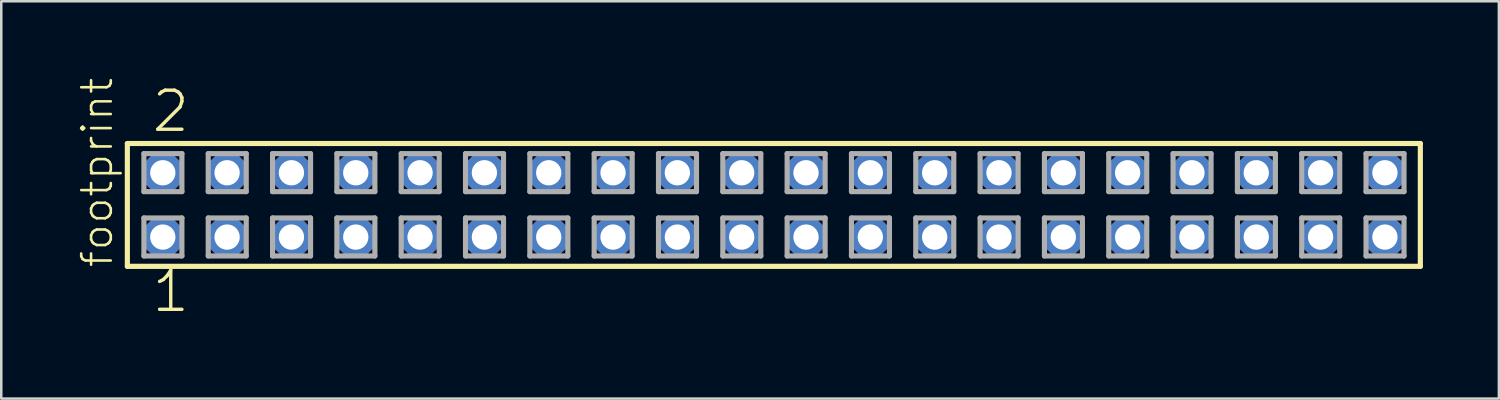
<source format=kicad_pcb>
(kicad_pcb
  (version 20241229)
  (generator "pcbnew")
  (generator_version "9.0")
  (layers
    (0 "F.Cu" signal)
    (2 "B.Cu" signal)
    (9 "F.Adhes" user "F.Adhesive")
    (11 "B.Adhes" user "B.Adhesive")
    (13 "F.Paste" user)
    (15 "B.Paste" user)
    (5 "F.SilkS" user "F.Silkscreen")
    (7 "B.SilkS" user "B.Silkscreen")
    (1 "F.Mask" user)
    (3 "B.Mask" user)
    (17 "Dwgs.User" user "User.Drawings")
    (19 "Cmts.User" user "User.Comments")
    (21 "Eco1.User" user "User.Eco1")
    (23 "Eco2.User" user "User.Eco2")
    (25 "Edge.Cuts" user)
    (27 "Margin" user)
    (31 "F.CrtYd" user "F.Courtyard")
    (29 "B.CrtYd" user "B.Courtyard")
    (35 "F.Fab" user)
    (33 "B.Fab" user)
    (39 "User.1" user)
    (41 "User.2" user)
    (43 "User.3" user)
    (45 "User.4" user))
  (footprint "footprint"
    (layer "F.Cu")
    (at 27.508 5.042)
    (property "Reference" "footprint" (at -26.035 2.54 90) (layer "F.SilkS") (effects (font (size 1.168 1.168) (thickness 0.102)) (justify left bottom)))
    (fp_line (start -25.529 -2.425) (end 25.529 -2.425) (stroke (width 0.203) (type solid)) (layer "F.SilkS"))
    (fp_line (start -25.529 2.425) (end -25.529 -2.425) (stroke (width 0.203) (type solid)) (layer "F.SilkS"))
    (fp_line (start 25.529 -2.425) (end 25.529 2.425) (stroke (width 0.203) (type solid)) (layer "F.SilkS"))
    (fp_line (start 25.529 2.425) (end -25.529 2.425) (stroke (width 0.203) (type solid)) (layer "F.SilkS"))
    (fp_line (start -24.875 -2.025) (end -23.375 -2.025) (stroke (width 0.203) (type solid)) (layer "F.Fab"))
    (fp_line (start -24.875 -0.525) (end -24.875 -2.025) (stroke (width 0.203) (type solid)) (layer "F.Fab"))
    (fp_line (start -24.875 0.515) (end -23.375 0.515) (stroke (width 0.203) (type solid)) (layer "F.Fab"))
    (fp_line (start -24.875 2.015) (end -24.875 0.515) (stroke (width 0.203) (type solid)) (layer "F.Fab"))
    (fp_line (start -23.375 -2.025) (end -23.375 -0.525) (stroke (width 0.203) (type solid)) (layer "F.Fab"))
    (fp_line (start -23.375 -0.525) (end -24.875 -0.525) (stroke (width 0.203) (type solid)) (layer "F.Fab"))
    (fp_line (start -23.375 0.515) (end -23.375 2.015) (stroke (width 0.203) (type solid)) (layer "F.Fab"))
    (fp_line (start -23.375 2.015) (end -24.875 2.015) (stroke (width 0.203) (type solid)) (layer "F.Fab"))
    (fp_line (start -22.335 -2.025) (end -20.835 -2.025) (stroke (width 0.203) (type solid)) (layer "F.Fab"))
    (fp_line (start -22.335 -0.525) (end -22.335 -2.025) (stroke (width 0.203) (type solid)) (layer "F.Fab"))
    (fp_line (start -22.335 0.515) (end -20.835 0.515) (stroke (width 0.203) (type solid)) (layer "F.Fab"))
    (fp_line (start -22.335 2.015) (end -22.335 0.515) (stroke (width 0.203) (type solid)) (layer "F.Fab"))
    (fp_line (start -20.835 -2.025) (end -20.835 -0.525) (stroke (width 0.203) (type solid)) (layer "F.Fab"))
    (fp_line (start -20.835 -0.525) (end -22.335 -0.525) (stroke (width 0.203) (type solid)) (layer "F.Fab"))
    (fp_line (start -20.835 0.515) (end -20.835 2.015) (stroke (width 0.203) (type solid)) (layer "F.Fab"))
    (fp_line (start -20.835 2.015) (end -22.335 2.015) (stroke (width 0.203) (type solid)) (layer "F.Fab"))
    (fp_line (start -19.795 -2.025) (end -18.295 -2.025) (stroke (width 0.203) (type solid)) (layer "F.Fab"))
    (fp_line (start -19.795 -0.525) (end -19.795 -2.025) (stroke (width 0.203) (type solid)) (layer "F.Fab"))
    (fp_line (start -19.795 0.515) (end -18.295 0.515) (stroke (width 0.203) (type solid)) (layer "F.Fab"))
    (fp_line (start -19.795 2.015) (end -19.795 0.515) (stroke (width 0.203) (type solid)) (layer "F.Fab"))
    (fp_line (start -18.295 -2.025) (end -18.295 -0.525) (stroke (width 0.203) (type solid)) (layer "F.Fab"))
    (fp_line (start -18.295 -0.525) (end -19.795 -0.525) (stroke (width 0.203) (type solid)) (layer "F.Fab"))
    (fp_line (start -18.295 0.515) (end -18.295 2.015) (stroke (width 0.203) (type solid)) (layer "F.Fab"))
    (fp_line (start -18.295 2.015) (end -19.795 2.015) (stroke (width 0.203) (type solid)) (layer "F.Fab"))
    (fp_line (start -17.255 -2.025) (end -15.755 -2.025) (stroke (width 0.203) (type solid)) (layer "F.Fab"))
    (fp_line (start -17.255 -0.525) (end -17.255 -2.025) (stroke (width 0.203) (type solid)) (layer "F.Fab"))
    (fp_line (start -17.255 0.515) (end -15.755 0.515) (stroke (width 0.203) (type solid)) (layer "F.Fab"))
    (fp_line (start -17.255 2.015) (end -17.255 0.515) (stroke (width 0.203) (type solid)) (layer "F.Fab"))
    (fp_line (start -15.755 -2.025) (end -15.755 -0.525) (stroke (width 0.203) (type solid)) (layer "F.Fab"))
    (fp_line (start -15.755 -0.525) (end -17.255 -0.525) (stroke (width 0.203) (type solid)) (layer "F.Fab"))
    (fp_line (start -15.755 0.515) (end -15.755 2.015) (stroke (width 0.203) (type solid)) (layer "F.Fab"))
    (fp_line (start -15.755 2.015) (end -17.255 2.015) (stroke (width 0.203) (type solid)) (layer "F.Fab"))
    (fp_line (start -14.715 -2.025) (end -13.215 -2.025) (stroke (width 0.203) (type solid)) (layer "F.Fab"))
    (fp_line (start -14.715 -0.525) (end -14.715 -2.025) (stroke (width 0.203) (type solid)) (layer "F.Fab"))
    (fp_line (start -14.715 0.515) (end -13.215 0.515) (stroke (width 0.203) (type solid)) (layer "F.Fab"))
    (fp_line (start -14.715 2.015) (end -14.715 0.515) (stroke (width 0.203) (type solid)) (layer "F.Fab"))
    (fp_line (start -13.215 -2.025) (end -13.215 -0.525) (stroke (width 0.203) (type solid)) (layer "F.Fab"))
    (fp_line (start -13.215 -0.525) (end -14.715 -0.525) (stroke (width 0.203) (type solid)) (layer "F.Fab"))
    (fp_line (start -13.215 0.515) (end -13.215 2.015) (stroke (width 0.203) (type solid)) (layer "F.Fab"))
    (fp_line (start -13.215 2.015) (end -14.715 2.015) (stroke (width 0.203) (type solid)) (layer "F.Fab"))
    (fp_line (start -12.175 -2.025) (end -10.675 -2.025) (stroke (width 0.203) (type solid)) (layer "F.Fab"))
    (fp_line (start -12.175 -0.525) (end -12.175 -2.025) (stroke (width 0.203) (type solid)) (layer "F.Fab"))
    (fp_line (start -12.175 0.515) (end -10.675 0.515) (stroke (width 0.203) (type solid)) (layer "F.Fab"))
    (fp_line (start -12.175 2.015) (end -12.175 0.515) (stroke (width 0.203) (type solid)) (layer "F.Fab"))
    (fp_line (start -10.675 -2.025) (end -10.675 -0.525) (stroke (width 0.203) (type solid)) (layer "F.Fab"))
    (fp_line (start -10.675 -0.525) (end -12.175 -0.525) (stroke (width 0.203) (type solid)) (layer "F.Fab"))
    (fp_line (start -10.675 0.515) (end -10.675 2.015) (stroke (width 0.203) (type solid)) (layer "F.Fab"))
    (fp_line (start -10.675 2.015) (end -12.175 2.015) (stroke (width 0.203) (type solid)) (layer "F.Fab"))
    (fp_line (start -9.635 -2.025) (end -8.135 -2.025) (stroke (width 0.203) (type solid)) (layer "F.Fab"))
    (fp_line (start -9.635 -0.525) (end -9.635 -2.025) (stroke (width 0.203) (type solid)) (layer "F.Fab"))
    (fp_line (start -9.635 0.515) (end -8.135 0.515) (stroke (width 0.203) (type solid)) (layer "F.Fab"))
    (fp_line (start -9.635 2.015) (end -9.635 0.515) (stroke (width 0.203) (type solid)) (layer "F.Fab"))
    (fp_line (start -8.135 -2.025) (end -8.135 -0.525) (stroke (width 0.203) (type solid)) (layer "F.Fab"))
    (fp_line (start -8.135 -0.525) (end -9.635 -0.525) (stroke (width 0.203) (type solid)) (layer "F.Fab"))
    (fp_line (start -8.135 0.515) (end -8.135 2.015) (stroke (width 0.203) (type solid)) (layer "F.Fab"))
    (fp_line (start -8.135 2.015) (end -9.635 2.015) (stroke (width 0.203) (type solid)) (layer "F.Fab"))
    (fp_line (start -7.095 -2.025) (end -5.595 -2.025) (stroke (width 0.203) (type solid)) (layer "F.Fab"))
    (fp_line (start -7.095 -0.525) (end -7.095 -2.025) (stroke (width 0.203) (type solid)) (layer "F.Fab"))
    (fp_line (start -7.095 0.515) (end -5.595 0.515) (stroke (width 0.203) (type solid)) (layer "F.Fab"))
    (fp_line (start -7.095 2.015) (end -7.095 0.515) (stroke (width 0.203) (type solid)) (layer "F.Fab"))
    (fp_line (start -5.595 -2.025) (end -5.595 -0.525) (stroke (width 0.203) (type solid)) (layer "F.Fab"))
    (fp_line (start -5.595 -0.525) (end -7.095 -0.525) (stroke (width 0.203) (type solid)) (layer "F.Fab"))
    (fp_line (start -5.595 0.515) (end -5.595 2.015) (stroke (width 0.203) (type solid)) (layer "F.Fab"))
    (fp_line (start -5.595 2.015) (end -7.095 2.015) (stroke (width 0.203) (type solid)) (layer "F.Fab"))
    (fp_line (start -4.555 -2.025) (end -3.055 -2.025) (stroke (width 0.203) (type solid)) (layer "F.Fab"))
    (fp_line (start -4.555 -0.525) (end -4.555 -2.025) (stroke (width 0.203) (type solid)) (layer "F.Fab"))
    (fp_line (start -4.555 0.515) (end -3.055 0.515) (stroke (width 0.203) (type solid)) (layer "F.Fab"))
    (fp_line (start -4.555 2.015) (end -4.555 0.515) (stroke (width 0.203) (type solid)) (layer "F.Fab"))
    (fp_line (start -3.055 -2.025) (end -3.055 -0.525) (stroke (width 0.203) (type solid)) (layer "F.Fab"))
    (fp_line (start -3.055 -0.525) (end -4.555 -0.525) (stroke (width 0.203) (type solid)) (layer "F.Fab"))
    (fp_line (start -3.055 0.515) (end -3.055 2.015) (stroke (width 0.203) (type solid)) (layer "F.Fab"))
    (fp_line (start -3.055 2.015) (end -4.555 2.015) (stroke (width 0.203) (type solid)) (layer "F.Fab"))
    (fp_line (start -2.015 -2.025) (end -0.515 -2.025) (stroke (width 0.203) (type solid)) (layer "F.Fab"))
    (fp_line (start -2.015 -0.525) (end -2.015 -2.025) (stroke (width 0.203) (type solid)) (layer "F.Fab"))
    (fp_line (start -2.015 0.515) (end -0.515 0.515) (stroke (width 0.203) (type solid)) (layer "F.Fab"))
    (fp_line (start -2.015 2.015) (end -2.015 0.515) (stroke (width 0.203) (type solid)) (layer "F.Fab"))
    (fp_line (start -0.515 -2.025) (end -0.515 -0.525) (stroke (width 0.203) (type solid)) (layer "F.Fab"))
    (fp_line (start -0.515 -0.525) (end -2.015 -0.525) (stroke (width 0.203) (type solid)) (layer "F.Fab"))
    (fp_line (start -0.515 0.515) (end -0.515 2.015) (stroke (width 0.203) (type solid)) (layer "F.Fab"))
    (fp_line (start -0.515 2.015) (end -2.015 2.015) (stroke (width 0.203) (type solid)) (layer "F.Fab"))
    (fp_line (start 0.525 -2.025) (end 2.025 -2.025) (stroke (width 0.203) (type solid)) (layer "F.Fab"))
    (fp_line (start 0.525 -0.525) (end 0.525 -2.025) (stroke (width 0.203) (type solid)) (layer "F.Fab"))
    (fp_line (start 0.525 0.515) (end 2.025 0.515) (stroke (width 0.203) (type solid)) (layer "F.Fab"))
    (fp_line (start 0.525 2.015) (end 0.525 0.515) (stroke (width 0.203) (type solid)) (layer "F.Fab"))
    (fp_line (start 2.025 -2.025) (end 2.025 -0.525) (stroke (width 0.203) (type solid)) (layer "F.Fab"))
    (fp_line (start 2.025 -0.525) (end 0.525 -0.525) (stroke (width 0.203) (type solid)) (layer "F.Fab"))
    (fp_line (start 2.025 0.515) (end 2.025 2.015) (stroke (width 0.203) (type solid)) (layer "F.Fab"))
    (fp_line (start 2.025 2.015) (end 0.525 2.015) (stroke (width 0.203) (type solid)) (layer "F.Fab"))
    (fp_line (start 3.065 -2.025) (end 4.565 -2.025) (stroke (width 0.203) (type solid)) (layer "F.Fab"))
    (fp_line (start 3.065 -0.525) (end 3.065 -2.025) (stroke (width 0.203) (type solid)) (layer "F.Fab"))
    (fp_line (start 3.065 0.515) (end 4.565 0.515) (stroke (width 0.203) (type solid)) (layer "F.Fab"))
    (fp_line (start 3.065 2.015) (end 3.065 0.515) (stroke (width 0.203) (type solid)) (layer "F.Fab"))
    (fp_line (start 4.565 -2.025) (end 4.565 -0.525) (stroke (width 0.203) (type solid)) (layer "F.Fab"))
    (fp_line (start 4.565 -0.525) (end 3.065 -0.525) (stroke (width 0.203) (type solid)) (layer "F.Fab"))
    (fp_line (start 4.565 0.515) (end 4.565 2.015) (stroke (width 0.203) (type solid)) (layer "F.Fab"))
    (fp_line (start 4.565 2.015) (end 3.065 2.015) (stroke (width 0.203) (type solid)) (layer "F.Fab"))
    (fp_line (start 5.605 -2.025) (end 7.105 -2.025) (stroke (width 0.203) (type solid)) (layer "F.Fab"))
    (fp_line (start 5.605 -0.525) (end 5.605 -2.025) (stroke (width 0.203) (type solid)) (layer "F.Fab"))
    (fp_line (start 5.605 0.515) (end 7.105 0.515) (stroke (width 0.203) (type solid)) (layer "F.Fab"))
    (fp_line (start 5.605 2.015) (end 5.605 0.515) (stroke (width 0.203) (type solid)) (layer "F.Fab"))
    (fp_line (start 7.105 -2.025) (end 7.105 -0.525) (stroke (width 0.203) (type solid)) (layer "F.Fab"))
    (fp_line (start 7.105 -0.525) (end 5.605 -0.525) (stroke (width 0.203) (type solid)) (layer "F.Fab"))
    (fp_line (start 7.105 0.515) (end 7.105 2.015) (stroke (width 0.203) (type solid)) (layer "F.Fab"))
    (fp_line (start 7.105 2.015) (end 5.605 2.015) (stroke (width 0.203) (type solid)) (layer "F.Fab"))
    (fp_line (start 8.145 -2.025) (end 9.645 -2.025) (stroke (width 0.203) (type solid)) (layer "F.Fab"))
    (fp_line (start 8.145 -0.525) (end 8.145 -2.025) (stroke (width 0.203) (type solid)) (layer "F.Fab"))
    (fp_line (start 8.145 0.515) (end 9.645 0.515) (stroke (width 0.203) (type solid)) (layer "F.Fab"))
    (fp_line (start 8.145 2.015) (end 8.145 0.515) (stroke (width 0.203) (type solid)) (layer "F.Fab"))
    (fp_line (start 9.645 -2.025) (end 9.645 -0.525) (stroke (width 0.203) (type solid)) (layer "F.Fab"))
    (fp_line (start 9.645 -0.525) (end 8.145 -0.525) (stroke (width 0.203) (type solid)) (layer "F.Fab"))
    (fp_line (start 9.645 0.515) (end 9.645 2.015) (stroke (width 0.203) (type solid)) (layer "F.Fab"))
    (fp_line (start 9.645 2.015) (end 8.145 2.015) (stroke (width 0.203) (type solid)) (layer "F.Fab"))
    (fp_line (start 10.685 -2.025) (end 12.185 -2.025) (stroke (width 0.203) (type solid)) (layer "F.Fab"))
    (fp_line (start 10.685 -0.525) (end 10.685 -2.025) (stroke (width 0.203) (type solid)) (layer "F.Fab"))
    (fp_line (start 10.685 0.515) (end 12.185 0.515) (stroke (width 0.203) (type solid)) (layer "F.Fab"))
    (fp_line (start 10.685 2.015) (end 10.685 0.515) (stroke (width 0.203) (type solid)) (layer "F.Fab"))
    (fp_line (start 12.185 -2.025) (end 12.185 -0.525) (stroke (width 0.203) (type solid)) (layer "F.Fab"))
    (fp_line (start 12.185 -0.525) (end 10.685 -0.525) (stroke (width 0.203) (type solid)) (layer "F.Fab"))
    (fp_line (start 12.185 0.515) (end 12.185 2.015) (stroke (width 0.203) (type solid)) (layer "F.Fab"))
    (fp_line (start 12.185 2.015) (end 10.685 2.015) (stroke (width 0.203) (type solid)) (layer "F.Fab"))
    (fp_line (start 13.225 -2.025) (end 14.725 -2.025) (stroke (width 0.203) (type solid)) (layer "F.Fab"))
    (fp_line (start 13.225 -0.525) (end 13.225 -2.025) (stroke (width 0.203) (type solid)) (layer "F.Fab"))
    (fp_line (start 13.225 0.515) (end 14.725 0.515) (stroke (width 0.203) (type solid)) (layer "F.Fab"))
    (fp_line (start 13.225 2.015) (end 13.225 0.515) (stroke (width 0.203) (type solid)) (layer "F.Fab"))
    (fp_line (start 14.725 -2.025) (end 14.725 -0.525) (stroke (width 0.203) (type solid)) (layer "F.Fab"))
    (fp_line (start 14.725 -0.525) (end 13.225 -0.525) (stroke (width 0.203) (type solid)) (layer "F.Fab"))
    (fp_line (start 14.725 0.515) (end 14.725 2.015) (stroke (width 0.203) (type solid)) (layer "F.Fab"))
    (fp_line (start 14.725 2.015) (end 13.225 2.015) (stroke (width 0.203) (type solid)) (layer "F.Fab"))
    (fp_line (start 15.765 -2.025) (end 17.265 -2.025) (stroke (width 0.203) (type solid)) (layer "F.Fab"))
    (fp_line (start 15.765 -0.525) (end 15.765 -2.025) (stroke (width 0.203) (type solid)) (layer "F.Fab"))
    (fp_line (start 15.765 0.515) (end 17.265 0.515) (stroke (width 0.203) (type solid)) (layer "F.Fab"))
    (fp_line (start 15.765 2.015) (end 15.765 0.515) (stroke (width 0.203) (type solid)) (layer "F.Fab"))
    (fp_line (start 17.265 -2.025) (end 17.265 -0.525) (stroke (width 0.203) (type solid)) (layer "F.Fab"))
    (fp_line (start 17.265 -0.525) (end 15.765 -0.525) (stroke (width 0.203) (type solid)) (layer "F.Fab"))
    (fp_line (start 17.265 0.515) (end 17.265 2.015) (stroke (width 0.203) (type solid)) (layer "F.Fab"))
    (fp_line (start 17.265 2.015) (end 15.765 2.015) (stroke (width 0.203) (type solid)) (layer "F.Fab"))
    (fp_line (start 18.305 -2.025) (end 19.805 -2.025) (stroke (width 0.203) (type solid)) (layer "F.Fab"))
    (fp_line (start 18.305 -0.525) (end 18.305 -2.025) (stroke (width 0.203) (type solid)) (layer "F.Fab"))
    (fp_line (start 18.305 0.515) (end 19.805 0.515) (stroke (width 0.203) (type solid)) (layer "F.Fab"))
    (fp_line (start 18.305 2.015) (end 18.305 0.515) (stroke (width 0.203) (type solid)) (layer "F.Fab"))
    (fp_line (start 19.805 -2.025) (end 19.805 -0.525) (stroke (width 0.203) (type solid)) (layer "F.Fab"))
    (fp_line (start 19.805 -0.525) (end 18.305 -0.525) (stroke (width 0.203) (type solid)) (layer "F.Fab"))
    (fp_line (start 19.805 0.515) (end 19.805 2.015) (stroke (width 0.203) (type solid)) (layer "F.Fab"))
    (fp_line (start 19.805 2.015) (end 18.305 2.015) (stroke (width 0.203) (type solid)) (layer "F.Fab"))
    (fp_line (start 20.845 -2.025) (end 22.345 -2.025) (stroke (width 0.203) (type solid)) (layer "F.Fab"))
    (fp_line (start 20.845 -0.525) (end 20.845 -2.025) (stroke (width 0.203) (type solid)) (layer "F.Fab"))
    (fp_line (start 20.845 0.515) (end 22.345 0.515) (stroke (width 0.203) (type solid)) (layer "F.Fab"))
    (fp_line (start 20.845 2.015) (end 20.845 0.515) (stroke (width 0.203) (type solid)) (layer "F.Fab"))
    (fp_line (start 22.345 -2.025) (end 22.345 -0.525) (stroke (width 0.203) (type solid)) (layer "F.Fab"))
    (fp_line (start 22.345 -0.525) (end 20.845 -0.525) (stroke (width 0.203) (type solid)) (layer "F.Fab"))
    (fp_line (start 22.345 0.515) (end 22.345 2.015) (stroke (width 0.203) (type solid)) (layer "F.Fab"))
    (fp_line (start 22.345 2.015) (end 20.845 2.015) (stroke (width 0.203) (type solid)) (layer "F.Fab"))
    (fp_line (start 23.385 -2.025) (end 24.885 -2.025) (stroke (width 0.203) (type solid)) (layer "F.Fab"))
    (fp_line (start 23.385 -0.525) (end 23.385 -2.025) (stroke (width 0.203) (type solid)) (layer "F.Fab"))
    (fp_line (start 23.385 0.515) (end 24.885 0.515) (stroke (width 0.203) (type solid)) (layer "F.Fab"))
    (fp_line (start 23.385 2.015) (end 23.385 0.515) (stroke (width 0.203) (type solid)) (layer "F.Fab"))
    (fp_line (start 24.885 -2.025) (end 24.885 -0.525) (stroke (width 0.203) (type solid)) (layer "F.Fab"))
    (fp_line (start 24.885 -0.525) (end 23.385 -0.525) (stroke (width 0.203) (type solid)) (layer "F.Fab"))
    (fp_line (start 24.885 0.515) (end 24.885 2.015) (stroke (width 0.203) (type solid)) (layer "F.Fab"))
    (fp_line (start 24.885 2.015) (end 23.385 2.015) (stroke (width 0.203) (type solid)) (layer "F.Fab"))
    (fp_text user "1" (at -24.638 4.318 0) (layer "F.SilkS") (effects (font (size 1.542 1.542) (thickness 0.134)) (justify left bottom)))
    (fp_text user "2" (at -24.638 -2.794 0) (layer "F.SilkS") (effects (font (size 1.542 1.542) (thickness 0.134)) (justify left bottom)))
    (pad "1" thru_hole roundrect (at -24.13 1.27) (size 1.5 1.5) (drill 1) (layers "*.Cu" "*.Mask") (roundrect_rratio 0.25) (chamfer_ratio 0.25) (chamfer top_left top_right bottom_left bottom_right))
    (pad "2" thru_hole roundrect (at -24.13 -1.27) (size 1.5 1.5) (drill 1) (layers "*.Cu" "*.Mask") (roundrect_rratio 0.25) (chamfer_ratio 0.25) (chamfer top_left top_right bottom_left bottom_right))
    (pad "3" thru_hole roundrect (at -21.59 1.27) (size 1.5 1.5) (drill 1) (layers "*.Cu" "*.Mask") (roundrect_rratio 0.25) (chamfer_ratio 0.25) (chamfer top_left top_right bottom_left bottom_right))
    (pad "4" thru_hole roundrect (at -21.59 -1.27) (size 1.5 1.5) (drill 1) (layers "*.Cu" "*.Mask") (roundrect_rratio 0.25) (chamfer_ratio 0.25) (chamfer top_left top_right bottom_left bottom_right))
    (pad "5" thru_hole roundrect (at -19.05 1.27) (size 1.5 1.5) (drill 1) (layers "*.Cu" "*.Mask") (roundrect_rratio 0.25) (chamfer_ratio 0.25) (chamfer top_left top_right bottom_left bottom_right))
    (pad "6" thru_hole roundrect (at -19.05 -1.27) (size 1.5 1.5) (drill 1) (layers "*.Cu" "*.Mask") (roundrect_rratio 0.25) (chamfer_ratio 0.25) (chamfer top_left top_right bottom_left bottom_right))
    (pad "7" thru_hole roundrect (at -16.51 1.27) (size 1.5 1.5) (drill 1) (layers "*.Cu" "*.Mask") (roundrect_rratio 0.25) (chamfer_ratio 0.25) (chamfer top_left top_right bottom_left bottom_right))
    (pad "8" thru_hole roundrect (at -16.51 -1.27) (size 1.5 1.5) (drill 1) (layers "*.Cu" "*.Mask") (roundrect_rratio 0.25) (chamfer_ratio 0.25) (chamfer top_left top_right bottom_left bottom_right))
    (pad "9" thru_hole roundrect (at -13.97 1.27) (size 1.5 1.5) (drill 1) (layers "*.Cu" "*.Mask") (roundrect_rratio 0.25) (chamfer_ratio 0.25) (chamfer top_left top_right bottom_left bottom_right))
    (pad "10" thru_hole roundrect (at -13.97 -1.27) (size 1.5 1.5) (drill 1) (layers "*.Cu" "*.Mask") (roundrect_rratio 0.25) (chamfer_ratio 0.25) (chamfer top_left top_right bottom_left bottom_right))
    (pad "11" thru_hole roundrect (at -11.43 1.27) (size 1.5 1.5) (drill 1) (layers "*.Cu" "*.Mask") (roundrect_rratio 0.25) (chamfer_ratio 0.25) (chamfer top_left top_right bottom_left bottom_right))
    (pad "12" thru_hole roundrect (at -11.43 -1.27) (size 1.5 1.5) (drill 1) (layers "*.Cu" "*.Mask") (roundrect_rratio 0.25) (chamfer_ratio 0.25) (chamfer top_left top_right bottom_left bottom_right))
    (pad "13" thru_hole roundrect (at -8.89 1.27) (size 1.5 1.5) (drill 1) (layers "*.Cu" "*.Mask") (roundrect_rratio 0.25) (chamfer_ratio 0.25) (chamfer top_left top_right bottom_left bottom_right))
    (pad "14" thru_hole roundrect (at -8.89 -1.27) (size 1.5 1.5) (drill 1) (layers "*.Cu" "*.Mask") (roundrect_rratio 0.25) (chamfer_ratio 0.25) (chamfer top_left top_right bottom_left bottom_right))
    (pad "15" thru_hole roundrect (at -6.35 1.27) (size 1.5 1.5) (drill 1) (layers "*.Cu" "*.Mask") (roundrect_rratio 0.25) (chamfer_ratio 0.25) (chamfer top_left top_right bottom_left bottom_right))
    (pad "16" thru_hole roundrect (at -6.35 -1.27) (size 1.5 1.5) (drill 1) (layers "*.Cu" "*.Mask") (roundrect_rratio 0.25) (chamfer_ratio 0.25) (chamfer top_left top_right bottom_left bottom_right))
    (pad "17" thru_hole roundrect (at -3.81 1.27) (size 1.5 1.5) (drill 1) (layers "*.Cu" "*.Mask") (roundrect_rratio 0.25) (chamfer_ratio 0.25) (chamfer top_left top_right bottom_left bottom_right))
    (pad "18" thru_hole roundrect (at -3.81 -1.27) (size 1.5 1.5) (drill 1) (layers "*.Cu" "*.Mask") (roundrect_rratio 0.25) (chamfer_ratio 0.25) (chamfer top_left top_right bottom_left bottom_right))
    (pad "19" thru_hole roundrect (at -1.27 1.27) (size 1.5 1.5) (drill 1) (layers "*.Cu" "*.Mask") (roundrect_rratio 0.25) (chamfer_ratio 0.25) (chamfer top_left top_right bottom_left bottom_right))
    (pad "20" thru_hole roundrect (at -1.27 -1.27) (size 1.5 1.5) (drill 1) (layers "*.Cu" "*.Mask") (roundrect_rratio 0.25) (chamfer_ratio 0.25) (chamfer top_left top_right bottom_left bottom_right))
    (pad "21" thru_hole roundrect (at 1.27 1.27) (size 1.5 1.5) (drill 1) (layers "*.Cu" "*.Mask") (roundrect_rratio 0.25) (chamfer_ratio 0.25) (chamfer top_left top_right bottom_left bottom_right))
    (pad "22" thru_hole roundrect (at 1.27 -1.27) (size 1.5 1.5) (drill 1) (layers "*.Cu" "*.Mask") (roundrect_rratio 0.25) (chamfer_ratio 0.25) (chamfer top_left top_right bottom_left bottom_right))
    (pad "23" thru_hole roundrect (at 3.81 1.27) (size 1.5 1.5) (drill 1) (layers "*.Cu" "*.Mask") (roundrect_rratio 0.25) (chamfer_ratio 0.25) (chamfer top_left top_right bottom_left bottom_right))
    (pad "24" thru_hole roundrect (at 3.81 -1.27) (size 1.5 1.5) (drill 1) (layers "*.Cu" "*.Mask") (roundrect_rratio 0.25) (chamfer_ratio 0.25) (chamfer top_left top_right bottom_left bottom_right))
    (pad "25" thru_hole roundrect (at 6.35 1.27) (size 1.5 1.5) (drill 1) (layers "*.Cu" "*.Mask") (roundrect_rratio 0.25) (chamfer_ratio 0.25) (chamfer top_left top_right bottom_left bottom_right))
    (pad "26" thru_hole roundrect (at 6.35 -1.27) (size 1.5 1.5) (drill 1) (layers "*.Cu" "*.Mask") (roundrect_rratio 0.25) (chamfer_ratio 0.25) (chamfer top_left top_right bottom_left bottom_right))
    (pad "27" thru_hole roundrect (at 8.89 1.27) (size 1.5 1.5) (drill 1) (layers "*.Cu" "*.Mask") (roundrect_rratio 0.25) (chamfer_ratio 0.25) (chamfer top_left top_right bottom_left bottom_right))
    (pad "28" thru_hole roundrect (at 8.89 -1.27) (size 1.5 1.5) (drill 1) (layers "*.Cu" "*.Mask") (roundrect_rratio 0.25) (chamfer_ratio 0.25) (chamfer top_left top_right bottom_left bottom_right))
    (pad "29" thru_hole roundrect (at 11.43 1.27) (size 1.5 1.5) (drill 1) (layers "*.Cu" "*.Mask") (roundrect_rratio 0.25) (chamfer_ratio 0.25) (chamfer top_left top_right bottom_left bottom_right))
    (pad "30" thru_hole roundrect (at 11.43 -1.27) (size 1.5 1.5) (drill 1) (layers "*.Cu" "*.Mask") (roundrect_rratio 0.25) (chamfer_ratio 0.25) (chamfer top_left top_right bottom_left bottom_right))
    (pad "31" thru_hole roundrect (at 13.97 1.27) (size 1.5 1.5) (drill 1) (layers "*.Cu" "*.Mask") (roundrect_rratio 0.25) (chamfer_ratio 0.25) (chamfer top_left top_right bottom_left bottom_right))
    (pad "32" thru_hole roundrect (at 13.97 -1.27) (size 1.5 1.5) (drill 1) (layers "*.Cu" "*.Mask") (roundrect_rratio 0.25) (chamfer_ratio 0.25) (chamfer top_left top_right bottom_left bottom_right))
    (pad "33" thru_hole roundrect (at 16.51 1.27) (size 1.5 1.5) (drill 1) (layers "*.Cu" "*.Mask") (roundrect_rratio 0.25) (chamfer_ratio 0.25) (chamfer top_left top_right bottom_left bottom_right))
    (pad "34" thru_hole roundrect (at 16.51 -1.27) (size 1.5 1.5) (drill 1) (layers "*.Cu" "*.Mask") (roundrect_rratio 0.25) (chamfer_ratio 0.25) (chamfer top_left top_right bottom_left bottom_right))
    (pad "35" thru_hole roundrect (at 19.05 1.27) (size 1.5 1.5) (drill 1) (layers "*.Cu" "*.Mask") (roundrect_rratio 0.25) (chamfer_ratio 0.25) (chamfer top_left top_right bottom_left bottom_right))
    (pad "36" thru_hole roundrect (at 19.05 -1.27) (size 1.5 1.5) (drill 1) (layers "*.Cu" "*.Mask") (roundrect_rratio 0.25) (chamfer_ratio 0.25) (chamfer top_left top_right bottom_left bottom_right))
    (pad "37" thru_hole roundrect (at 21.59 1.27) (size 1.5 1.5) (drill 1) (layers "*.Cu" "*.Mask") (roundrect_rratio 0.25) (chamfer_ratio 0.25) (chamfer top_left top_right bottom_left bottom_right))
    (pad "38" thru_hole roundrect (at 21.59 -1.27) (size 1.5 1.5) (drill 1) (layers "*.Cu" "*.Mask") (roundrect_rratio 0.25) (chamfer_ratio 0.25) (chamfer top_left top_right bottom_left bottom_right))
    (pad "39" thru_hole roundrect (at 24.13 1.27) (size 1.5 1.5) (drill 1) (layers "*.Cu" "*.Mask") (roundrect_rratio 0.25) (chamfer_ratio 0.25) (chamfer top_left top_right bottom_left bottom_right))
    (pad "40" thru_hole roundrect (at 24.13 -1.27) (size 1.5 1.5) (drill 1) (layers "*.Cu" "*.Mask") (roundrect_rratio 0.25) (chamfer_ratio 0.25) (chamfer top_left top_right bottom_left bottom_right)))
  (gr_rect
    (start -3 -3)
    (end 56.139 12.691)
    (stroke (width 0.1) (type default))
    (fill no)
    (layer "Edge.Cuts")))
</source>
